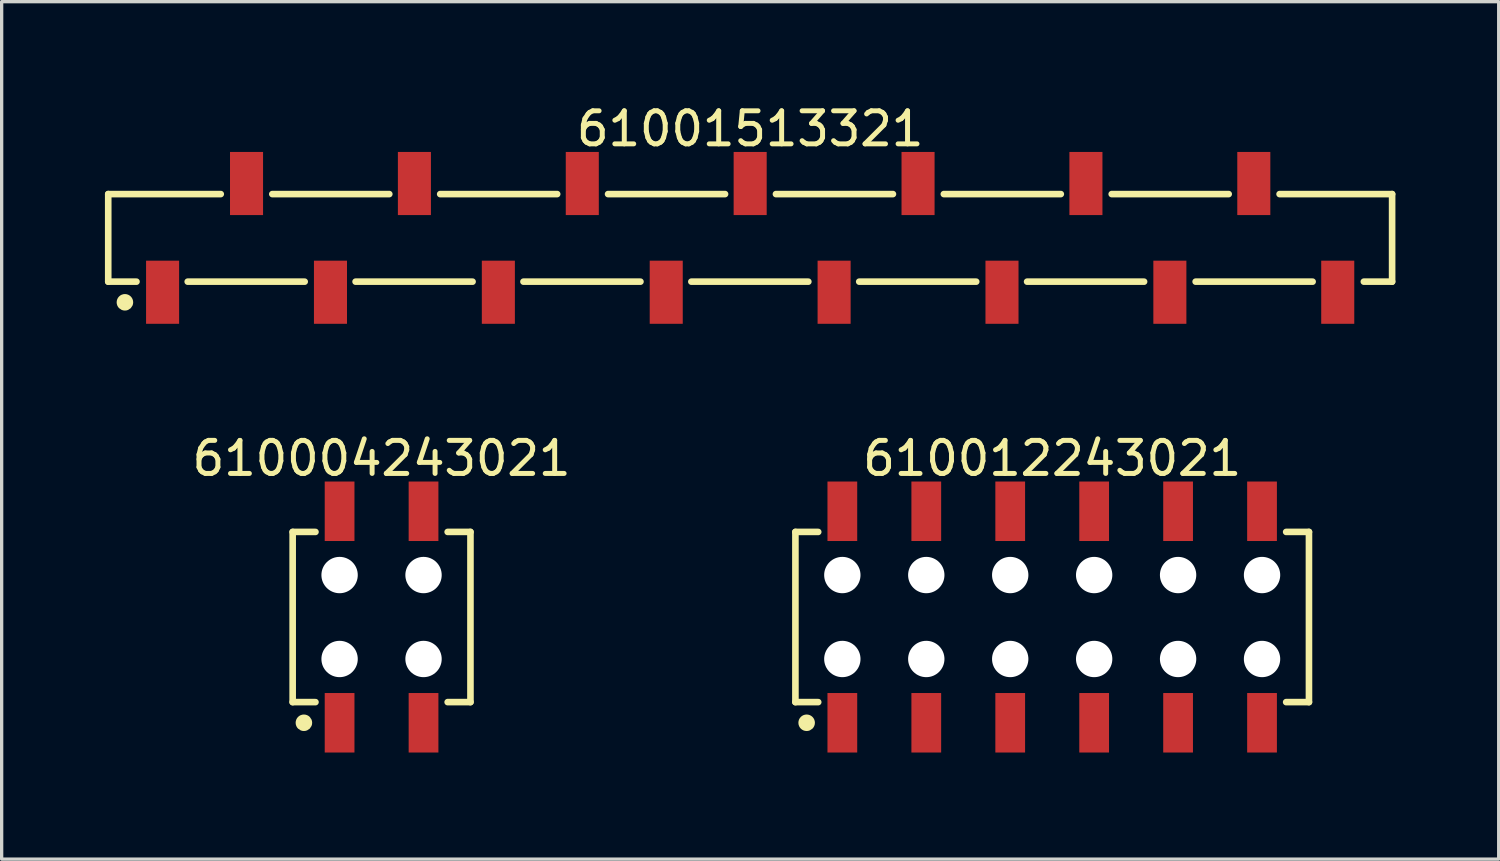
<source format=kicad_pcb>
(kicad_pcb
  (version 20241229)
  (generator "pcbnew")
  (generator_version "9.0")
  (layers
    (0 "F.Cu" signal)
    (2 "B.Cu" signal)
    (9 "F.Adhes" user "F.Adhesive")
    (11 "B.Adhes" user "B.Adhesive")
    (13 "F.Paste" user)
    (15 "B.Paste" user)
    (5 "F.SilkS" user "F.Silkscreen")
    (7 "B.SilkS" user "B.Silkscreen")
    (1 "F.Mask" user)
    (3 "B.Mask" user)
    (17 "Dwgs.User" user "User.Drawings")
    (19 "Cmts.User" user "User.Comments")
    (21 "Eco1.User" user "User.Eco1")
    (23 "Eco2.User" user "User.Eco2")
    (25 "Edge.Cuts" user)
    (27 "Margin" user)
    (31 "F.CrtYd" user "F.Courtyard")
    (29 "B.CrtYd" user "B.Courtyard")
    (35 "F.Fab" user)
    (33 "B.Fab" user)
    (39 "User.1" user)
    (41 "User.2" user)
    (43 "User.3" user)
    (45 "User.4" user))
  (footprint "610004243021"
    (layer "F.Cu")
    (at 8.496 15.621)
    (property "Reference" "610004243021" (at 0 -4.8 0) (layer "F.SilkS") (effects (font (size 1 1) (thickness 0.15))))
    (fp_line (start -2.69 -2.575) (end -2 -2.575) (stroke (width 0.2) (type solid)) (layer "F.SilkS"))
    (fp_line (start -2.69 2.575) (end -2.69 -2.575) (stroke (width 0.2) (type solid)) (layer "F.SilkS"))
    (fp_line (start -2.69 2.575) (end -2 2.575) (stroke (width 0.2) (type solid)) (layer "F.SilkS"))
    (fp_line (start 2 -2.575) (end 2.69 -2.575) (stroke (width 0.2) (type solid)) (layer "F.SilkS"))
    (fp_line (start 2 2.575) (end 2.69 2.575) (stroke (width 0.2) (type solid)) (layer "F.SilkS"))
    (fp_line (start 2.69 2.575) (end 2.69 -2.575) (stroke (width 0.2) (type solid)) (layer "F.SilkS"))
    (fp_circle (center -2.35 3.2) (end -2.35 3.075) (stroke (width 0.25) (type solid)) (fill no) (layer "F.SilkS"))
    (fp_line (start -2.89 -4.3) (end 2.89 -4.3) (stroke (width 0.05) (type solid)) (layer "Eco2.User"))
    (fp_line (start -2.89 4.3) (end -2.89 -4.3) (stroke (width 0.05) (type solid)) (layer "Eco2.User"))
    (fp_line (start -2.89 4.3) (end 2.89 4.3) (stroke (width 0.05) (type solid)) (layer "Eco2.User"))
    (fp_line (start -2.54 -2.5) (end 2.54 -2.5) (stroke (width 0.1) (type solid)) (layer "Eco2.User"))
    (fp_line (start -2.54 2.5) (end -2.54 -2.5) (stroke (width 0.1) (type solid)) (layer "Eco2.User"))
    (fp_line (start -2.54 2.5) (end 2.54 2.5) (stroke (width 0.1) (type solid)) (layer "Eco2.User"))
    (fp_line (start -1.52 -3.6) (end -1.02 -3.6) (stroke (width 0.1) (type solid)) (layer "Eco2.User"))
    (fp_line (start -1.52 -2.5) (end -1.52 -3.6) (stroke (width 0.1) (type solid)) (layer "Eco2.User"))
    (fp_line (start -1.52 3.6) (end -1.52 2.5) (stroke (width 0.1) (type solid)) (layer "Eco2.User"))
    (fp_line (start -1.52 3.6) (end -1.02 3.6) (stroke (width 0.1) (type solid)) (layer "Eco2.User"))
    (fp_line (start -1.02 -2.5) (end -1.02 -3.6) (stroke (width 0.1) (type solid)) (layer "Eco2.User"))
    (fp_line (start -1.02 3.6) (end -1.02 2.5) (stroke (width 0.1) (type solid)) (layer "Eco2.User"))
    (fp_line (start -0.5 0) (end 0.5 0) (stroke (width 0.05) (type solid)) (layer "Eco2.User"))
    (fp_line (start 0 0.5) (end 0 -0.5) (stroke (width 0.05) (type solid)) (layer "Eco2.User"))
    (fp_line (start 1.02 -3.6) (end 1.52 -3.6) (stroke (width 0.1) (type solid)) (layer "Eco2.User"))
    (fp_line (start 1.02 -2.5) (end 1.02 -3.6) (stroke (width 0.1) (type solid)) (layer "Eco2.User"))
    (fp_line (start 1.02 3.6) (end 1.02 2.5) (stroke (width 0.1) (type solid)) (layer "Eco2.User"))
    (fp_line (start 1.02 3.6) (end 1.52 3.6) (stroke (width 0.1) (type solid)) (layer "Eco2.User"))
    (fp_line (start 1.52 -2.5) (end 1.52 -3.6) (stroke (width 0.1) (type solid)) (layer "Eco2.User"))
    (fp_line (start 1.52 3.6) (end 1.52 2.5) (stroke (width 0.1) (type solid)) (layer "Eco2.User"))
    (fp_line (start 2.54 2.5) (end 2.54 -2.5) (stroke (width 0.1) (type solid)) (layer "Eco2.User"))
    (fp_line (start 2.89 4.3) (end 2.89 -4.3) (stroke (width 0.05) (type solid)) (layer "Eco2.User"))
    (fp_text user "${REFERENCE}" (at 0.15 -0.197 0) (unlocked yes) (layer "User.3") (effects (font (size 1.5 1.5) (thickness 0.15))))
    (pad "" np_thru_hole circle (at -1.27 -1.27) (size 1.1 1.1) (drill 1.1) (layers "*.Cu" "*.Mask"))
    (pad "" np_thru_hole circle (at -1.27 1.27) (size 1.1 1.1) (drill 1.1) (layers "*.Cu" "*.Mask"))
    (pad "" np_thru_hole circle (at 1.27 -1.27) (size 1.1 1.1) (drill 1.1) (layers "*.Cu" "*.Mask"))
    (pad "" np_thru_hole circle (at 1.27 1.27) (size 1.1 1.1) (drill 1.1) (layers "*.Cu" "*.Mask"))
    (pad "1" smd rect (at -1.27 3.2) (size 0.9 1.8) (layers "F.Cu" "F.Mask" "F.Paste"))
    (pad "2" smd rect (at -1.27 -3.2) (size 0.9 1.8) (layers "F.Cu" "F.Mask" "F.Paste"))
    (pad "3" smd rect (at 1.27 3.2) (size 0.9 1.8) (layers "F.Cu" "F.Mask" "F.Paste"))
    (pad "4" smd rect (at 1.27 -3.2) (size 0.9 1.8) (layers "F.Cu" "F.Mask" "F.Paste")))
  (footprint "61001513321"
    (layer "F.Cu")
    (at 19.65 4.148)
    (property "Reference" "61001513321" (at 0 -3.3 0) (layer "F.SilkS") (effects (font (size 1 1) (thickness 0.15))))
    (fp_line (start -19.425 -1.325) (end -16.02 -1.325) (stroke (width 0.2) (type solid)) (layer "F.SilkS"))
    (fp_line (start -19.425 1.325) (end -19.425 -1.325) (stroke (width 0.2) (type solid)) (layer "F.SilkS"))
    (fp_line (start -19.425 1.325) (end -18.57 1.325) (stroke (width 0.2) (type solid)) (layer "F.SilkS"))
    (fp_line (start -17.02 1.325) (end -13.48 1.325) (stroke (width 0.2) (type solid)) (layer "F.SilkS"))
    (fp_line (start -14.46 -1.325) (end -10.92 -1.325) (stroke (width 0.2) (type solid)) (layer "F.SilkS"))
    (fp_line (start -11.94 1.325) (end -8.4 1.325) (stroke (width 0.2) (type solid)) (layer "F.SilkS"))
    (fp_line (start -9.38 -1.325) (end -5.84 -1.325) (stroke (width 0.2) (type solid)) (layer "F.SilkS"))
    (fp_line (start -6.86 1.325) (end -3.32 1.325) (stroke (width 0.2) (type solid)) (layer "F.SilkS"))
    (fp_line (start -4.3 -1.325) (end -0.76 -1.325) (stroke (width 0.2) (type solid)) (layer "F.SilkS"))
    (fp_line (start -1.78 1.325) (end 1.76 1.325) (stroke (width 0.2) (type solid)) (layer "F.SilkS"))
    (fp_line (start 0.78 -1.325) (end 4.32 -1.325) (stroke (width 0.2) (type solid)) (layer "F.SilkS"))
    (fp_line (start 3.3 1.325) (end 6.84 1.325) (stroke (width 0.2) (type solid)) (layer "F.SilkS"))
    (fp_line (start 5.86 -1.325) (end 9.4 -1.325) (stroke (width 0.2) (type solid)) (layer "F.SilkS"))
    (fp_line (start 8.38 1.325) (end 11.92 1.325) (stroke (width 0.2) (type solid)) (layer "F.SilkS"))
    (fp_line (start 10.94 -1.325) (end 14.48 -1.325) (stroke (width 0.2) (type solid)) (layer "F.SilkS"))
    (fp_line (start 13.48 1.325) (end 17.02 1.325) (stroke (width 0.2) (type solid)) (layer "F.SilkS"))
    (fp_line (start 16.02 -1.325) (end 19.425 -1.325) (stroke (width 0.2) (type solid)) (layer "F.SilkS"))
    (fp_line (start 18.57 1.325) (end 19.425 1.325) (stroke (width 0.2) (type solid)) (layer "F.SilkS"))
    (fp_line (start 19.425 1.325) (end 19.425 -1.325) (stroke (width 0.2) (type solid)) (layer "F.SilkS"))
    (fp_circle (center -18.92 1.95) (end -18.92 1.825) (stroke (width 0.25) (type solid)) (fill no) (layer "F.SilkS"))
    (fp_line (start -19.625 -2.8) (end 19.625 -2.8) (stroke (width 0.05) (type solid)) (layer "Eco2.User"))
    (fp_line (start -19.625 2.8) (end -19.625 -2.8) (stroke (width 0.05) (type solid)) (layer "Eco2.User"))
    (fp_line (start -19.625 2.8) (end 19.625 2.8) (stroke (width 0.05) (type solid)) (layer "Eco2.User"))
    (fp_line (start -19.3 -1.25) (end 19.3 -1.25) (stroke (width 0.1) (type solid)) (layer "Eco2.User"))
    (fp_line (start -19.3 1.25) (end -19.3 -1.25) (stroke (width 0.1) (type solid)) (layer "Eco2.User"))
    (fp_line (start -19.3 1.25) (end 19.3 1.25) (stroke (width 0.1) (type solid)) (layer "Eco2.User"))
    (fp_line (start -18.03 2.025) (end -18.03 1.25) (stroke (width 0.1) (type solid)) (layer "Eco2.User"))
    (fp_line (start -18.03 2.025) (end -17.53 2.025) (stroke (width 0.1) (type solid)) (layer "Eco2.User"))
    (fp_line (start -17.53 2.025) (end -17.53 1.25) (stroke (width 0.1) (type solid)) (layer "Eco2.User"))
    (fp_line (start -15.49 -2.025) (end -14.99 -2.025) (stroke (width 0.1) (type solid)) (layer "Eco2.User"))
    (fp_line (start -15.49 -1.25) (end -15.49 -2.025) (stroke (width 0.1) (type solid)) (layer "Eco2.User"))
    (fp_line (start -14.99 -1.25) (end -14.99 -2.025) (stroke (width 0.1) (type solid)) (layer "Eco2.User"))
    (fp_line (start -12.95 2.025) (end -12.95 1.25) (stroke (width 0.1) (type solid)) (layer "Eco2.User"))
    (fp_line (start -12.95 2.025) (end -12.45 2.025) (stroke (width 0.1) (type solid)) (layer "Eco2.User"))
    (fp_line (start -12.45 2.025) (end -12.45 1.25) (stroke (width 0.1) (type solid)) (layer "Eco2.User"))
    (fp_line (start -10.41 -2.025) (end -9.91 -2.025) (stroke (width 0.1) (type solid)) (layer "Eco2.User"))
    (fp_line (start -10.41 -1.25) (end -10.41 -2.025) (stroke (width 0.1) (type solid)) (layer "Eco2.User"))
    (fp_line (start -9.91 -1.25) (end -9.91 -2.025) (stroke (width 0.1) (type solid)) (layer "Eco2.User"))
    (fp_line (start -7.87 2.025) (end -7.87 1.25) (stroke (width 0.1) (type solid)) (layer "Eco2.User"))
    (fp_line (start -7.87 2.025) (end -7.37 2.025) (stroke (width 0.1) (type solid)) (layer "Eco2.User"))
    (fp_line (start -7.37 2.025) (end -7.37 1.25) (stroke (width 0.1) (type solid)) (layer "Eco2.User"))
    (fp_line (start -5.33 -2.025) (end -4.83 -2.025) (stroke (width 0.1) (type solid)) (layer "Eco2.User"))
    (fp_line (start -5.33 -1.25) (end -5.33 -2.025) (stroke (width 0.1) (type solid)) (layer "Eco2.User"))
    (fp_line (start -4.83 -1.25) (end -4.83 -2.025) (stroke (width 0.1) (type solid)) (layer "Eco2.User"))
    (fp_line (start -2.79 2.025) (end -2.79 1.25) (stroke (width 0.1) (type solid)) (layer "Eco2.User"))
    (fp_line (start -2.79 2.025) (end -2.29 2.025) (stroke (width 0.1) (type solid)) (layer "Eco2.User"))
    (fp_line (start -2.29 2.025) (end -2.29 1.25) (stroke (width 0.1) (type solid)) (layer "Eco2.User"))
    (fp_line (start -0.5 0) (end 0.5 0) (stroke (width 0.05) (type solid)) (layer "Eco2.User"))
    (fp_line (start -0.25 -2.025) (end 0.25 -2.025) (stroke (width 0.1) (type solid)) (layer "Eco2.User"))
    (fp_line (start -0.25 -1.25) (end -0.25 -2.025) (stroke (width 0.1) (type solid)) (layer "Eco2.User"))
    (fp_line (start 0 0.5) (end 0 -0.5) (stroke (width 0.05) (type solid)) (layer "Eco2.User"))
    (fp_line (start 0.25 -1.25) (end 0.25 -2.025) (stroke (width 0.1) (type solid)) (layer "Eco2.User"))
    (fp_line (start 2.29 2.025) (end 2.29 1.25) (stroke (width 0.1) (type solid)) (layer "Eco2.User"))
    (fp_line (start 2.29 2.025) (end 2.79 2.025) (stroke (width 0.1) (type solid)) (layer "Eco2.User"))
    (fp_line (start 2.79 2.025) (end 2.79 1.25) (stroke (width 0.1) (type solid)) (layer "Eco2.User"))
    (fp_line (start 4.83 -2.025) (end 5.33 -2.025) (stroke (width 0.1) (type solid)) (layer "Eco2.User"))
    (fp_line (start 4.83 -1.25) (end 4.83 -2.025) (stroke (width 0.1) (type solid)) (layer "Eco2.User"))
    (fp_line (start 5.33 -1.25) (end 5.33 -2.025) (stroke (width 0.1) (type solid)) (layer "Eco2.User"))
    (fp_line (start 7.37 2.025) (end 7.37 1.25) (stroke (width 0.1) (type solid)) (layer "Eco2.User"))
    (fp_line (start 7.37 2.025) (end 7.87 2.025) (stroke (width 0.1) (type solid)) (layer "Eco2.User"))
    (fp_line (start 7.87 2.025) (end 7.87 1.25) (stroke (width 0.1) (type solid)) (layer "Eco2.User"))
    (fp_line (start 9.91 -2.025) (end 10.41 -2.025) (stroke (width 0.1) (type solid)) (layer "Eco2.User"))
    (fp_line (start 9.91 -1.25) (end 9.91 -2.025) (stroke (width 0.1) (type solid)) (layer "Eco2.User"))
    (fp_line (start 10.41 -1.25) (end 10.41 -2.025) (stroke (width 0.1) (type solid)) (layer "Eco2.User"))
    (fp_line (start 12.45 2.025) (end 12.45 1.25) (stroke (width 0.1) (type solid)) (layer "Eco2.User"))
    (fp_line (start 12.45 2.025) (end 12.95 2.025) (stroke (width 0.1) (type solid)) (layer "Eco2.User"))
    (fp_line (start 12.95 2.025) (end 12.95 1.25) (stroke (width 0.1) (type solid)) (layer "Eco2.User"))
    (fp_line (start 14.99 -2.025) (end 15.49 -2.025) (stroke (width 0.1) (type solid)) (layer "Eco2.User"))
    (fp_line (start 14.99 -1.25) (end 14.99 -2.025) (stroke (width 0.1) (type solid)) (layer "Eco2.User"))
    (fp_line (start 15.49 -1.25) (end 15.49 -2.025) (stroke (width 0.1) (type solid)) (layer "Eco2.User"))
    (fp_line (start 17.53 2.025) (end 17.53 1.25) (stroke (width 0.1) (type solid)) (layer "Eco2.User"))
    (fp_line (start 17.53 2.025) (end 18.03 2.025) (stroke (width 0.1) (type solid)) (layer "Eco2.User"))
    (fp_line (start 18.03 2.025) (end 18.03 1.25) (stroke (width 0.1) (type solid)) (layer "Eco2.User"))
    (fp_line (start 19.3 1.25) (end 19.3 -1.25) (stroke (width 0.1) (type solid)) (layer "Eco2.User"))
    (fp_line (start 19.625 2.8) (end 19.625 -2.8) (stroke (width 0.05) (type solid)) (layer "Eco2.User"))
    (fp_text user "${REFERENCE}" (at 0.15 -0.197 0) (unlocked yes) (layer "User.3") (effects (font (size 1.5 1.5) (thickness 0.15))))
    (pad "1" smd rect (at -17.78 1.645 180) (size 1 1.91) (layers "F.Cu" "F.Mask" "F.Paste"))
    (pad "2" smd rect (at -15.24 -1.645 180) (size 1 1.91) (layers "F.Cu" "F.Mask" "F.Paste"))
    (pad "3" smd rect (at -12.7 1.645 180) (size 1 1.91) (layers "F.Cu" "F.Mask" "F.Paste"))
    (pad "4" smd rect (at -10.16 -1.645 180) (size 1 1.91) (layers "F.Cu" "F.Mask" "F.Paste"))
    (pad "5" smd rect (at -7.62 1.645 180) (size 1 1.91) (layers "F.Cu" "F.Mask" "F.Paste"))
    (pad "6" smd rect (at -5.08 -1.645 180) (size 1 1.91) (layers "F.Cu" "F.Mask" "F.Paste"))
    (pad "7" smd rect (at -2.54 1.645 180) (size 1 1.91) (layers "F.Cu" "F.Mask" "F.Paste"))
    (pad "8" smd rect (at 0 -1.645 180) (size 1 1.91) (layers "F.Cu" "F.Mask" "F.Paste"))
    (pad "9" smd rect (at 2.54 1.645 180) (size 1 1.91) (layers "F.Cu" "F.Mask" "F.Paste"))
    (pad "10" smd rect (at 5.08 -1.645 180) (size 1 1.91) (layers "F.Cu" "F.Mask" "F.Paste"))
    (pad "11" smd rect (at 7.62 1.645 180) (size 1 1.91) (layers "F.Cu" "F.Mask" "F.Paste"))
    (pad "12" smd rect (at 10.16 -1.645 180) (size 1 1.91) (layers "F.Cu" "F.Mask" "F.Paste"))
    (pad "13" smd rect (at 12.7 1.645 180) (size 1 1.91) (layers "F.Cu" "F.Mask" "F.Paste"))
    (pad "14" smd rect (at 15.24 -1.645 180) (size 1 1.91) (layers "F.Cu" "F.Mask" "F.Paste"))
    (pad "15" smd rect (at 17.78 1.645 180) (size 1 1.91) (layers "F.Cu" "F.Mask" "F.Paste")))
  (footprint "610012243021"
    (layer "F.Cu")
    (at 28.789 15.621)
    (property "Reference" "610012243021" (at 0 -4.8 0) (layer "F.SilkS") (effects (font (size 1 1) (thickness 0.15))))
    (fp_line (start -7.77 -2.575) (end -7.08 -2.575) (stroke (width 0.2) (type solid)) (layer "F.SilkS"))
    (fp_line (start -7.77 2.575) (end -7.77 -2.575) (stroke (width 0.2) (type solid)) (layer "F.SilkS"))
    (fp_line (start -7.77 2.575) (end -7.08 2.575) (stroke (width 0.2) (type solid)) (layer "F.SilkS"))
    (fp_line (start 7.08 -2.575) (end 7.77 -2.575) (stroke (width 0.2) (type solid)) (layer "F.SilkS"))
    (fp_line (start 7.08 2.575) (end 7.77 2.575) (stroke (width 0.2) (type solid)) (layer "F.SilkS"))
    (fp_line (start 7.77 2.575) (end 7.77 -2.575) (stroke (width 0.2) (type solid)) (layer "F.SilkS"))
    (fp_circle (center -7.43 3.2) (end -7.43 3.075) (stroke (width 0.25) (type solid)) (fill no) (layer "F.SilkS"))
    (fp_line (start -7.97 -4.3) (end 7.97 -4.3) (stroke (width 0.05) (type solid)) (layer "Eco2.User"))
    (fp_line (start -7.97 4.3) (end -7.97 -4.3) (stroke (width 0.05) (type solid)) (layer "Eco2.User"))
    (fp_line (start -7.97 4.3) (end 7.97 4.3) (stroke (width 0.05) (type solid)) (layer "Eco2.User"))
    (fp_line (start -7.62 -2.5) (end 7.62 -2.5) (stroke (width 0.1) (type solid)) (layer "Eco2.User"))
    (fp_line (start -7.62 2.5) (end -7.62 -2.5) (stroke (width 0.1) (type solid)) (layer "Eco2.User"))
    (fp_line (start -7.62 2.5) (end 7.62 2.5) (stroke (width 0.1) (type solid)) (layer "Eco2.User"))
    (fp_line (start -6.6 -3.6) (end -6.1 -3.6) (stroke (width 0.1) (type solid)) (layer "Eco2.User"))
    (fp_line (start -6.6 -2.5) (end -6.6 -3.6) (stroke (width 0.1) (type solid)) (layer "Eco2.User"))
    (fp_line (start -6.6 3.6) (end -6.6 2.5) (stroke (width 0.1) (type solid)) (layer "Eco2.User"))
    (fp_line (start -6.6 3.6) (end -6.1 3.6) (stroke (width 0.1) (type solid)) (layer "Eco2.User"))
    (fp_line (start -6.1 -2.5) (end -6.1 -3.6) (stroke (width 0.1) (type solid)) (layer "Eco2.User"))
    (fp_line (start -6.1 3.6) (end -6.1 2.5) (stroke (width 0.1) (type solid)) (layer "Eco2.User"))
    (fp_line (start -4.06 -3.6) (end -3.56 -3.6) (stroke (width 0.1) (type solid)) (layer "Eco2.User"))
    (fp_line (start -4.06 -2.5) (end -4.06 -3.6) (stroke (width 0.1) (type solid)) (layer "Eco2.User"))
    (fp_line (start -4.06 3.6) (end -4.06 2.5) (stroke (width 0.1) (type solid)) (layer "Eco2.User"))
    (fp_line (start -4.06 3.6) (end -3.56 3.6) (stroke (width 0.1) (type solid)) (layer "Eco2.User"))
    (fp_line (start -3.56 -2.5) (end -3.56 -3.6) (stroke (width 0.1) (type solid)) (layer "Eco2.User"))
    (fp_line (start -3.56 3.6) (end -3.56 2.5) (stroke (width 0.1) (type solid)) (layer "Eco2.User"))
    (fp_line (start -1.52 -3.6) (end -1.02 -3.6) (stroke (width 0.1) (type solid)) (layer "Eco2.User"))
    (fp_line (start -1.52 -2.5) (end -1.52 -3.6) (stroke (width 0.1) (type solid)) (layer "Eco2.User"))
    (fp_line (start -1.52 3.6) (end -1.52 2.5) (stroke (width 0.1) (type solid)) (layer "Eco2.User"))
    (fp_line (start -1.52 3.6) (end -1.02 3.6) (stroke (width 0.1) (type solid)) (layer "Eco2.User"))
    (fp_line (start -1.02 -2.5) (end -1.02 -3.6) (stroke (width 0.1) (type solid)) (layer "Eco2.User"))
    (fp_line (start -1.02 3.6) (end -1.02 2.5) (stroke (width 0.1) (type solid)) (layer "Eco2.User"))
    (fp_line (start -0.5 0) (end 0.5 0) (stroke (width 0.05) (type solid)) (layer "Eco2.User"))
    (fp_line (start 0 0.5) (end 0 -0.5) (stroke (width 0.05) (type solid)) (layer "Eco2.User"))
    (fp_line (start 1.02 -3.6) (end 1.52 -3.6) (stroke (width 0.1) (type solid)) (layer "Eco2.User"))
    (fp_line (start 1.02 -2.5) (end 1.02 -3.6) (stroke (width 0.1) (type solid)) (layer "Eco2.User"))
    (fp_line (start 1.02 3.6) (end 1.02 2.5) (stroke (width 0.1) (type solid)) (layer "Eco2.User"))
    (fp_line (start 1.02 3.6) (end 1.52 3.6) (stroke (width 0.1) (type solid)) (layer "Eco2.User"))
    (fp_line (start 1.52 -2.5) (end 1.52 -3.6) (stroke (width 0.1) (type solid)) (layer "Eco2.User"))
    (fp_line (start 1.52 3.6) (end 1.52 2.5) (stroke (width 0.1) (type solid)) (layer "Eco2.User"))
    (fp_line (start 3.56 -3.6) (end 4.06 -3.6) (stroke (width 0.1) (type solid)) (layer "Eco2.User"))
    (fp_line (start 3.56 -2.5) (end 3.56 -3.6) (stroke (width 0.1) (type solid)) (layer "Eco2.User"))
    (fp_line (start 3.56 3.6) (end 3.56 2.5) (stroke (width 0.1) (type solid)) (layer "Eco2.User"))
    (fp_line (start 3.56 3.6) (end 4.06 3.6) (stroke (width 0.1) (type solid)) (layer "Eco2.User"))
    (fp_line (start 4.06 -2.5) (end 4.06 -3.6) (stroke (width 0.1) (type solid)) (layer "Eco2.User"))
    (fp_line (start 4.06 3.6) (end 4.06 2.5) (stroke (width 0.1) (type solid)) (layer "Eco2.User"))
    (fp_line (start 6.1 -3.6) (end 6.6 -3.6) (stroke (width 0.1) (type solid)) (layer "Eco2.User"))
    (fp_line (start 6.1 -2.5) (end 6.1 -3.6) (stroke (width 0.1) (type solid)) (layer "Eco2.User"))
    (fp_line (start 6.1 3.6) (end 6.1 2.5) (stroke (width 0.1) (type solid)) (layer "Eco2.User"))
    (fp_line (start 6.1 3.6) (end 6.6 3.6) (stroke (width 0.1) (type solid)) (layer "Eco2.User"))
    (fp_line (start 6.6 -2.5) (end 6.6 -3.6) (stroke (width 0.1) (type solid)) (layer "Eco2.User"))
    (fp_line (start 6.6 3.6) (end 6.6 2.5) (stroke (width 0.1) (type solid)) (layer "Eco2.User"))
    (fp_line (start 7.62 2.5) (end 7.62 -2.5) (stroke (width 0.1) (type solid)) (layer "Eco2.User"))
    (fp_line (start 7.97 4.3) (end 7.97 -4.3) (stroke (width 0.05) (type solid)) (layer "Eco2.User"))
    (fp_text user "${REFERENCE}" (at 0.15 -0.197 0) (unlocked yes) (layer "User.3") (effects (font (size 1.5 1.5) (thickness 0.15))))
    (pad "" np_thru_hole circle (at -6.35 -1.27) (size 1.1 1.1) (drill 1.1) (layers "*.Cu" "*.Mask"))
    (pad "" np_thru_hole circle (at -6.35 1.27) (size 1.1 1.1) (drill 1.1) (layers "*.Cu" "*.Mask"))
    (pad "" np_thru_hole circle (at -3.81 -1.27) (size 1.1 1.1) (drill 1.1) (layers "*.Cu" "*.Mask"))
    (pad "" np_thru_hole circle (at -3.81 1.27) (size 1.1 1.1) (drill 1.1) (layers "*.Cu" "*.Mask"))
    (pad "" np_thru_hole circle (at -1.27 -1.27) (size 1.1 1.1) (drill 1.1) (layers "*.Cu" "*.Mask"))
    (pad "" np_thru_hole circle (at -1.27 1.27) (size 1.1 1.1) (drill 1.1) (layers "*.Cu" "*.Mask"))
    (pad "" np_thru_hole circle (at 1.27 -1.27) (size 1.1 1.1) (drill 1.1) (layers "*.Cu" "*.Mask"))
    (pad "" np_thru_hole circle (at 1.27 1.27) (size 1.1 1.1) (drill 1.1) (layers "*.Cu" "*.Mask"))
    (pad "" np_thru_hole circle (at 3.81 -1.27) (size 1.1 1.1) (drill 1.1) (layers "*.Cu" "*.Mask"))
    (pad "" np_thru_hole circle (at 3.81 1.27) (size 1.1 1.1) (drill 1.1) (layers "*.Cu" "*.Mask"))
    (pad "" np_thru_hole circle (at 6.35 -1.27) (size 1.1 1.1) (drill 1.1) (layers "*.Cu" "*.Mask"))
    (pad "" np_thru_hole circle (at 6.35 1.27) (size 1.1 1.1) (drill 1.1) (layers "*.Cu" "*.Mask"))
    (pad "1" smd rect (at -6.35 3.2) (size 0.9 1.8) (layers "F.Cu" "F.Mask" "F.Paste"))
    (pad "2" smd rect (at -6.35 -3.2) (size 0.9 1.8) (layers "F.Cu" "F.Mask" "F.Paste"))
    (pad "3" smd rect (at -3.81 3.2) (size 0.9 1.8) (layers "F.Cu" "F.Mask" "F.Paste"))
    (pad "4" smd rect (at -3.81 -3.2) (size 0.9 1.8) (layers "F.Cu" "F.Mask" "F.Paste"))
    (pad "5" smd rect (at -1.27 3.2) (size 0.9 1.8) (layers "F.Cu" "F.Mask" "F.Paste"))
    (pad "6" smd rect (at -1.27 -3.2) (size 0.9 1.8) (layers "F.Cu" "F.Mask" "F.Paste"))
    (pad "7" smd rect (at 1.27 3.2) (size 0.9 1.8) (layers "F.Cu" "F.Mask" "F.Paste"))
    (pad "8" smd rect (at 1.27 -3.2) (size 0.9 1.8) (layers "F.Cu" "F.Mask" "F.Paste"))
    (pad "9" smd rect (at 3.81 3.2) (size 0.9 1.8) (layers "F.Cu" "F.Mask" "F.Paste"))
    (pad "10" smd rect (at 3.81 -3.2) (size 0.9 1.8) (layers "F.Cu" "F.Mask" "F.Paste"))
    (pad "11" smd rect (at 6.35 3.2) (size 0.9 1.8) (layers "F.Cu" "F.Mask" "F.Paste"))
    (pad "12" smd rect (at 6.35 -3.2) (size 0.9 1.8) (layers "F.Cu" "F.Mask" "F.Paste")))
  (gr_rect
    (start -3 -3)
    (end 42.3 22.947)
    (stroke (width 0.1) (type default))
    (fill no)
    (layer "Edge.Cuts")))
</source>
